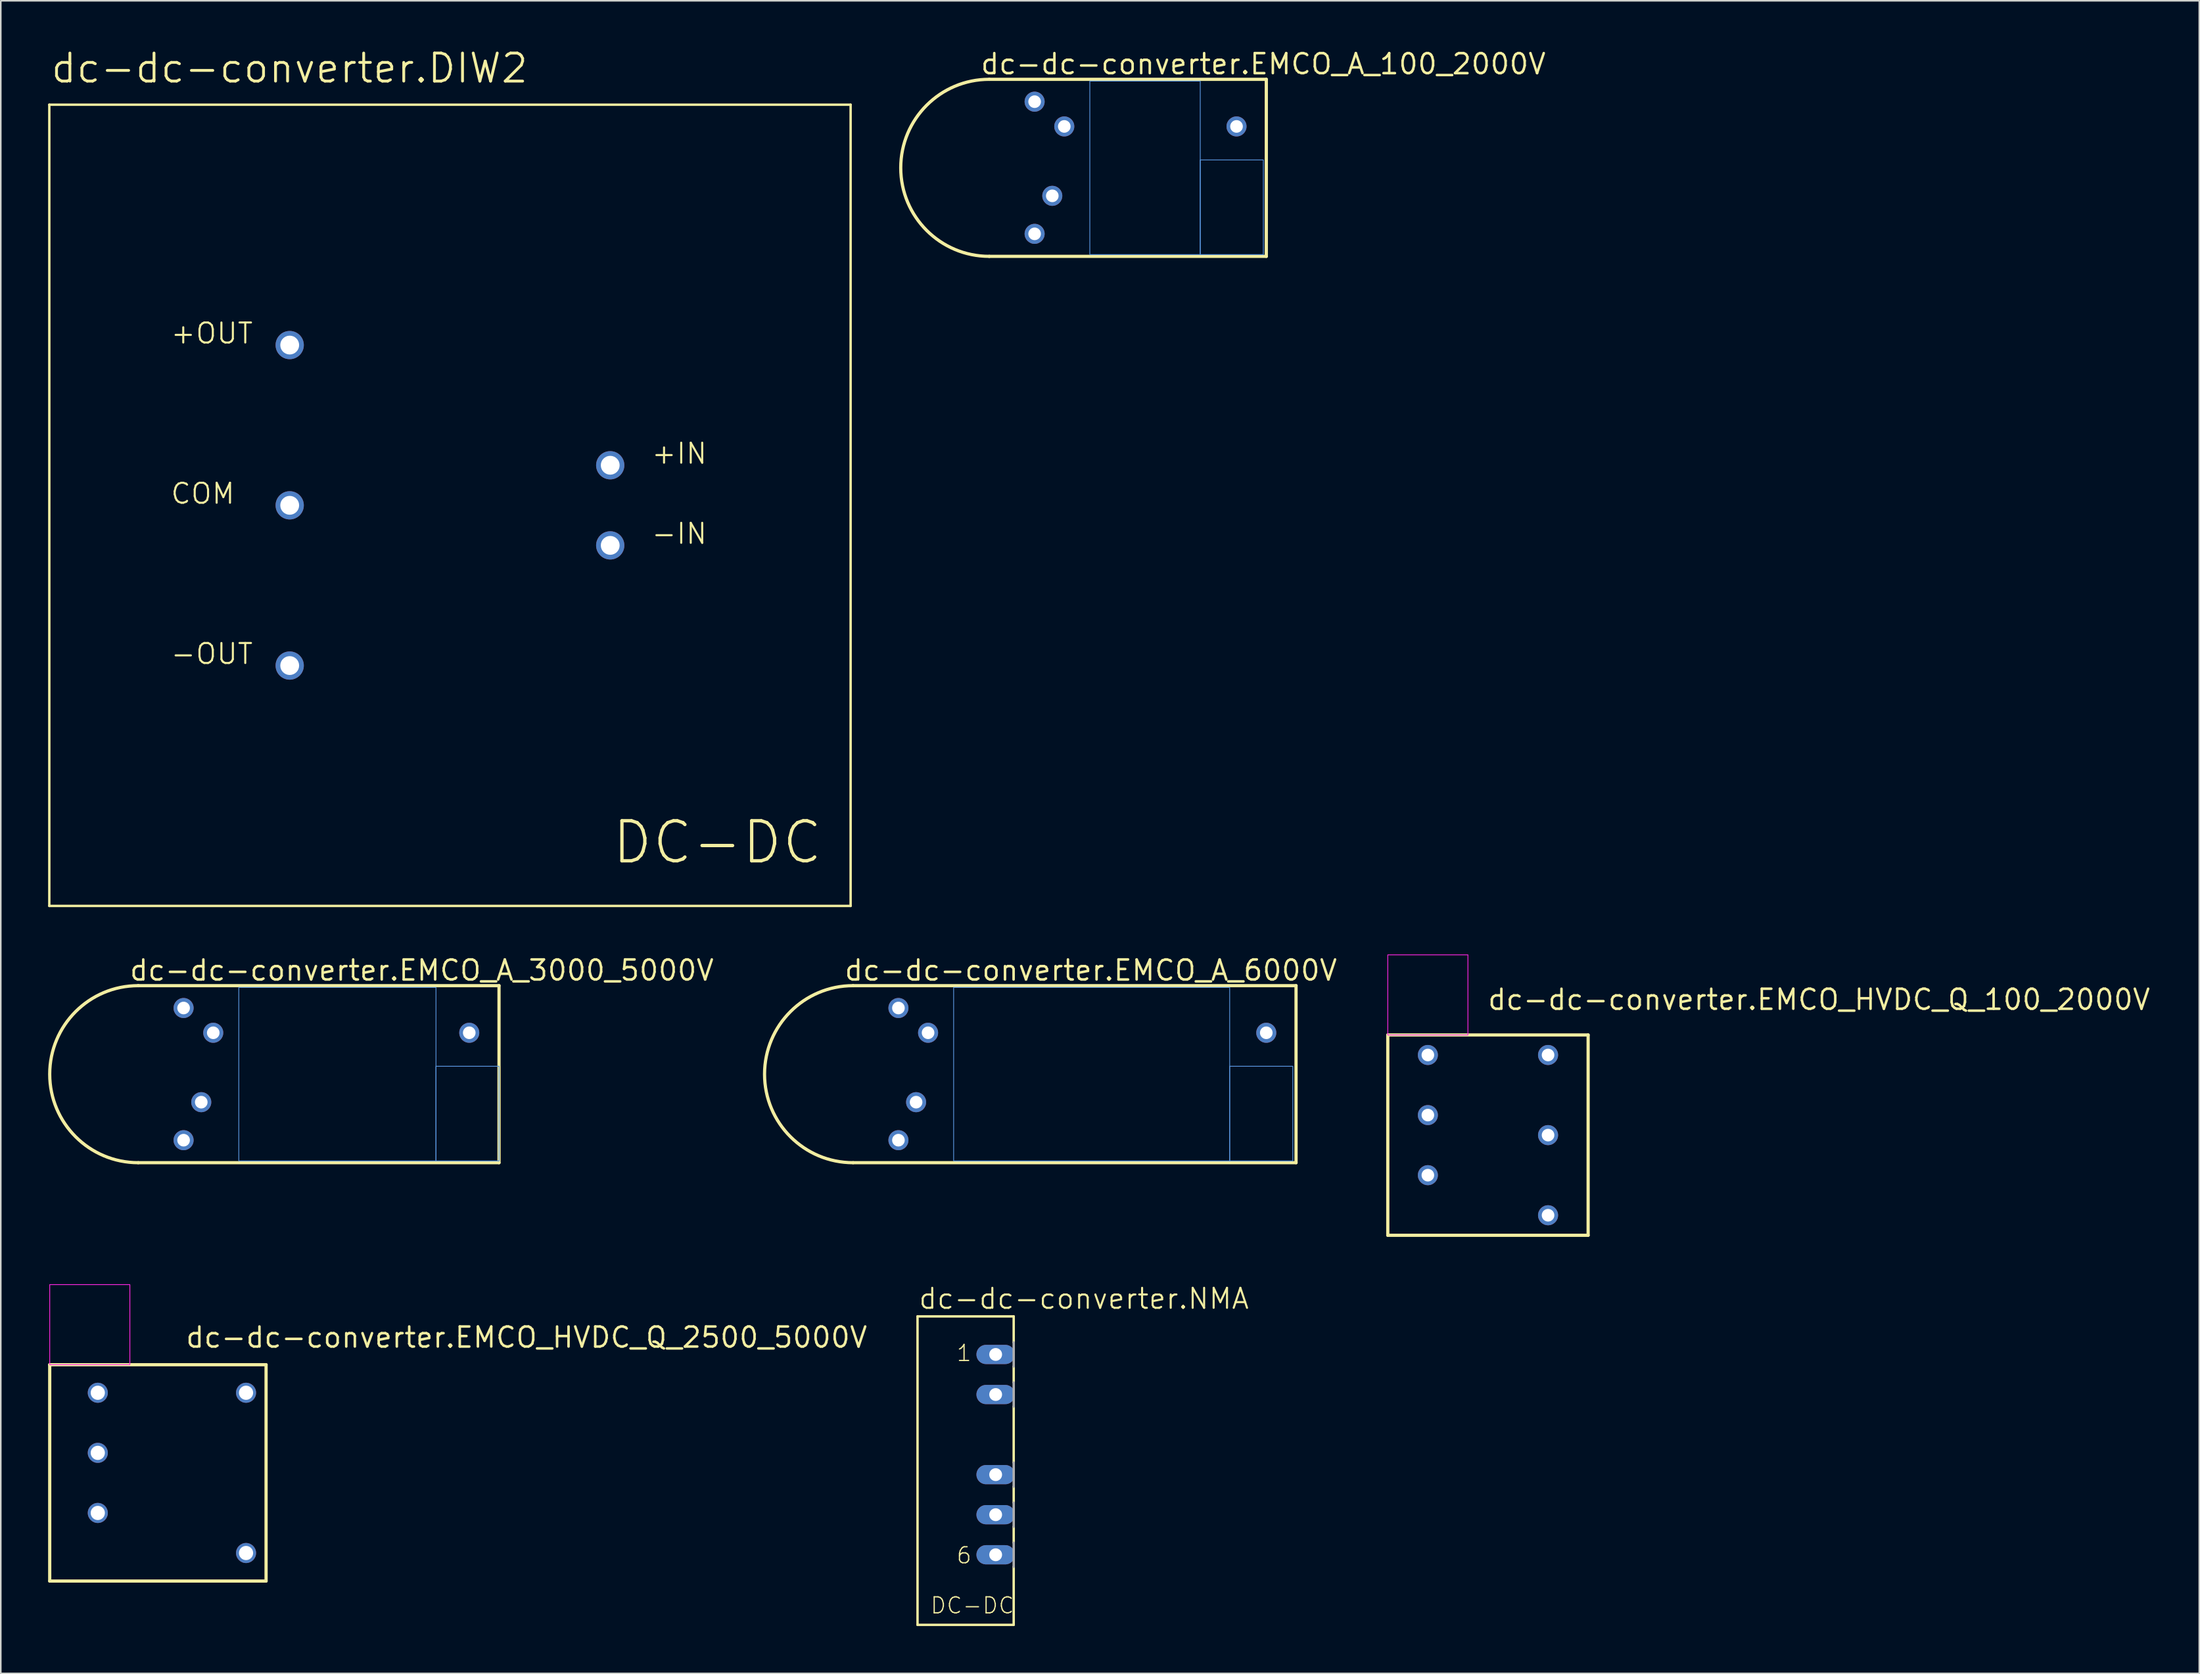
<source format=kicad_pcb>
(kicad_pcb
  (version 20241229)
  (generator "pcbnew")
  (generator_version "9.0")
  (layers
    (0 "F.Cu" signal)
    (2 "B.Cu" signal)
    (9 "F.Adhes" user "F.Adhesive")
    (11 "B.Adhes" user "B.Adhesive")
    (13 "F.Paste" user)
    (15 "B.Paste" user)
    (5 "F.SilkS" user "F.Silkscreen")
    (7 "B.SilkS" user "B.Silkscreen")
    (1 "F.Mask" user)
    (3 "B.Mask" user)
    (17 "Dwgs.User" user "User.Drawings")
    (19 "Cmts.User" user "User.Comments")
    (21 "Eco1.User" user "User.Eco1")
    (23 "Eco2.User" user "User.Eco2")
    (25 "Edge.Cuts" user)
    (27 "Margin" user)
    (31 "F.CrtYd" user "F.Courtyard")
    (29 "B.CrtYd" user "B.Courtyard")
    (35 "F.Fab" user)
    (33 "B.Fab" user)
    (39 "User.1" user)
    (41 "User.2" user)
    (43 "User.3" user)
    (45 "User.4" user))
  (footprint "dc-dc-converter.EMCO_A_6000V"
    (layer "F.Cu")
    (at 53.907 65.055)
    (property "Reference" "dc-dc-converter.EMCO_A_6000V" (at -3.509 -5.841 0) (layer "F.SilkS") (effects (font (size 1.27 1.27) (thickness 0.16)) (justify left bottom)))
    (attr through_hole)
    (fp_line (start -2.875 5.612) (end 25.207 5.612) (stroke (width 0.203) (type default)) (layer "F.SilkS"))
    (fp_line (start 25.207 -5.612) (end -2.875 -5.612) (stroke (width 0.203) (type default)) (layer "F.SilkS"))
    (fp_line (start 25.207 5.612) (end 25.207 -5.612) (stroke (width 0.203) (type default)) (layer "F.SilkS"))
    (fp_arc (start -2.875 5.6125) (mid -8.4875 0) (end -2.875 -5.6125) (stroke (width 0.2032) (type default)) (layer "F.SilkS"))
    (fp_rect (start 3.5 5.5) (end 21 -5.5) (stroke (width 0.05) (type default)) (fill no) (layer "Cmts.User"))
    (fp_rect (start 21 5.5) (end 25 -0.5) (stroke (width 0.05) (type default)) (fill no) (layer "Cmts.User"))
    (pad "1" thru_hole circle (at 0 -4.195 180) (size 1.27 1.27) (drill 0.8) (layers "*.Cu" "*.Mask"))
    (pad "2" thru_hole circle (at 1.12 1.775 180) (size 1.27 1.27) (drill 0.8) (layers "*.Cu" "*.Mask"))
    (pad "3" thru_hole circle (at 23.32 -2.625 180) (size 1.27 1.27) (drill 0.8) (layers "*.Cu" "*.Mask"))
    (pad "4" thru_hole circle (at 1.88 -2.625 180) (size 1.27 1.27) (drill 0.8) (layers "*.Cu" "*.Mask"))
    (pad "5" thru_hole circle (at 0 4.185 180) (size 1.27 1.27) (drill 0.8) (layers "*.Cu" "*.Mask")))
  (footprint "dc-dc-converter.DIW2"
    (layer "F.Cu")
    (at 25.476 28.988)
    (property "Reference" "dc-dc-converter.DIW2" (at -25.4 -26.67 0) (layer "F.SilkS") (effects (font (size 1.778 1.778) (thickness 0.18)) (justify left bottom)))
    (attr through_hole)
    (fp_line (start -25.4 25.4) (end -25.4 -25.4) (stroke (width 0.152) (type default)) (layer "F.SilkS"))
    (fp_line (start -25.4 25.4) (end 25.4 25.4) (stroke (width 0.152) (type default)) (layer "F.SilkS"))
    (fp_line (start 25.4 -25.4) (end -25.4 -25.4) (stroke (width 0.152) (type default)) (layer "F.SilkS"))
    (fp_line (start 25.4 -25.4) (end 25.4 25.4) (stroke (width 0.152) (type default)) (layer "F.SilkS"))
    (fp_text user "+OUT" (at -17.78 -10.16 0) (layer "F.SilkS") (effects (font (size 1.27 1.27) (thickness 0.13)) (justify left bottom)))
    (fp_text user "+IN" (at 12.7 -2.54 0) (layer "F.SilkS") (effects (font (size 1.27 1.27) (thickness 0.13)) (justify left bottom)))
    (fp_text user "COM" (at -17.78 0 0) (layer "F.SilkS") (effects (font (size 1.27 1.27) (thickness 0.13)) (justify left bottom)))
    (fp_text user "-IN" (at 12.7 2.54 0) (layer "F.SilkS") (effects (font (size 1.27 1.27) (thickness 0.13)) (justify left bottom)))
    (fp_text user "DC-DC" (at 10.16 22.86 0) (layer "F.SilkS") (effects (font (size 2.54 2.54) (thickness 0.21)) (justify left bottom)))
    (fp_text user "-OUT" (at -17.78 10.16 0) (layer "F.SilkS") (effects (font (size 1.27 1.27) (thickness 0.13)) (justify left bottom)))
    (pad "1" thru_hole circle (at 10.16 -2.54) (size 1.791 1.791) (drill 1.194) (layers "*.Cu" "*.Mask"))
    (pad "2" thru_hole circle (at 10.16 2.54) (size 1.791 1.791) (drill 1.194) (layers "*.Cu" "*.Mask"))
    (pad "4" thru_hole circle (at -10.16 10.16) (size 1.791 1.791) (drill 1.194) (layers "*.Cu" "*.Mask"))
    (pad "5" thru_hole circle (at -10.16 0) (size 1.791 1.791) (drill 1.194) (layers "*.Cu" "*.Mask"))
    (pad "6" thru_hole circle (at -10.16 -10.16) (size 1.791 1.791) (drill 1.194) (layers "*.Cu" "*.Mask")))
  (footprint "dc-dc-converter.EMCO_HVDC_Q_100_2000V"
    (layer "F.Cu")
    (at 91.281 68.919)
    (property "Reference" "dc-dc-converter.EMCO_HVDC_Q_100_2000V" (at -0.102 -7.849 0) (layer "F.SilkS") (effects (font (size 1.27 1.27) (thickness 0.16)) (justify left bottom)))
    (attr through_hole)
    (fp_line (start -6.35 -6.35) (end 6.35 -6.35) (stroke (width 0.203) (type default)) (layer "F.SilkS"))
    (fp_line (start -6.35 6.35) (end -6.35 -6.35) (stroke (width 0.203) (type default)) (layer "F.SilkS"))
    (fp_line (start 6.35 -6.35) (end 6.35 6.35) (stroke (width 0.203) (type default)) (layer "F.SilkS"))
    (fp_line (start 6.35 6.35) (end -6.35 6.35) (stroke (width 0.203) (type default)) (layer "F.SilkS"))
    (fp_rect (start -6.35 -6.35) (end -1.27 -11.43) (stroke (width 0.05) (type default)) (fill no) (layer "F.CrtYd"))
    (pad "1" thru_hole circle (at -3.81 -5.08) (size 1.27 1.27) (drill 0.8) (layers "*.Cu" "*.Mask"))
    (pad "2" thru_hole circle (at -3.81 -1.27) (size 1.27 1.27) (drill 0.8) (layers "*.Cu" "*.Mask"))
    (pad "3" thru_hole circle (at 3.81 -5.08) (size 1.27 1.27) (drill 0.8) (layers "*.Cu" "*.Mask"))
    (pad "4" thru_hole circle (at 3.81 5.08) (size 1.27 1.27) (drill 0.8) (layers "*.Cu" "*.Mask"))
    (pad "5" thru_hole circle (at 3.81 0) (size 1.27 1.27) (drill 0.8) (layers "*.Cu" "*.Mask"))
    (pad "6" thru_hole circle (at -3.81 2.54) (size 1.27 1.27) (drill 0.8) (layers "*.Cu" "*.Mask")))
  (footprint "dc-dc-converter.EMCO_A_3000_5000V"
    (layer "F.Cu")
    (at 8.589 65.055)
    (property "Reference" "dc-dc-converter.EMCO_A_3000_5000V" (at -3.509 -5.841 0) (layer "F.SilkS") (effects (font (size 1.27 1.27) (thickness 0.16)) (justify left bottom)))
    (attr through_hole)
    (fp_line (start -2.875 5.612) (end 19.997 5.612) (stroke (width 0.203) (type default)) (layer "F.SilkS"))
    (fp_line (start 19.997 -5.612) (end -2.875 -5.612) (stroke (width 0.203) (type default)) (layer "F.SilkS"))
    (fp_line (start 19.997 5.612) (end 19.997 -5.612) (stroke (width 0.203) (type default)) (layer "F.SilkS"))
    (fp_arc (start -2.875 5.6125) (mid -8.4875 0) (end -2.875 -5.6125) (stroke (width 0.2032) (type default)) (layer "F.SilkS"))
    (fp_rect (start 3.5 5.5) (end 16 -5.5) (stroke (width 0.05) (type default)) (fill no) (layer "Cmts.User"))
    (fp_rect (start 16 5.5) (end 20 -0.5) (stroke (width 0.05) (type default)) (fill no) (layer "Cmts.User"))
    (pad "1" thru_hole circle (at 0 -4.195 180) (size 1.27 1.27) (drill 0.8) (layers "*.Cu" "*.Mask"))
    (pad "2" thru_hole circle (at 1.12 1.775 180) (size 1.27 1.27) (drill 0.8) (layers "*.Cu" "*.Mask"))
    (pad "3" thru_hole circle (at 18.11 -2.625 180) (size 1.27 1.27) (drill 0.8) (layers "*.Cu" "*.Mask"))
    (pad "4" thru_hole circle (at 1.88 -2.625 180) (size 1.27 1.27) (drill 0.8) (layers "*.Cu" "*.Mask"))
    (pad "5" thru_hole circle (at 0 4.185 180) (size 1.27 1.27) (drill 0.8) (layers "*.Cu" "*.Mask")))
  (footprint "dc-dc-converter.EMCO_HVDC_Q_2500_5000V"
    (layer "F.Cu")
    (at 8.738 90.334)
    (property "Reference" "dc-dc-converter.EMCO_HVDC_Q_2500_5000V" (at -0.102 -7.849 0) (layer "F.SilkS") (effects (font (size 1.27 1.27) (thickness 0.16)) (justify left bottom)))
    (attr through_hole)
    (fp_line (start -8.636 -6.858) (end 5.08 -6.858) (stroke (width 0.203) (type default)) (layer "F.SilkS"))
    (fp_line (start -8.636 6.858) (end -8.636 -6.858) (stroke (width 0.203) (type default)) (layer "F.SilkS"))
    (fp_line (start 5.08 -6.858) (end 5.08 6.858) (stroke (width 0.203) (type default)) (layer "F.SilkS"))
    (fp_line (start 5.08 6.858) (end -8.636 6.858) (stroke (width 0.203) (type default)) (layer "F.SilkS"))
    (fp_rect (start -8.636 -6.858) (end -3.556 -11.938) (stroke (width 0.05) (type default)) (fill no) (layer "F.CrtYd"))
    (pad "1" thru_hole circle (at -5.588 -5.08) (size 1.27 1.27) (drill 0.9) (layers "*.Cu" "*.Mask"))
    (pad "2" thru_hole circle (at -5.588 -1.27) (size 1.27 1.27) (drill 0.9) (layers "*.Cu" "*.Mask"))
    (pad "3" thru_hole circle (at 3.81 -5.08) (size 1.27 1.27) (drill 0.9) (layers "*.Cu" "*.Mask"))
    (pad "4" thru_hole circle (at 3.81 5.08) (size 1.27 1.27) (drill 0.9) (layers "*.Cu" "*.Mask"))
    (pad "6" thru_hole circle (at -5.588 2.54) (size 1.27 1.27) (drill 0.9) (layers "*.Cu" "*.Mask")))
  (footprint "dc-dc-converter.EMCO_A_100_2000V"
    (layer "F.Cu")
    (at 62.541 7.591)
    (property "Reference" "dc-dc-converter.EMCO_A_100_2000V" (at -3.509 -5.841 0) (layer "F.SilkS") (effects (font (size 1.27 1.27) (thickness 0.16)) (justify left bottom)))
    (attr through_hole)
    (fp_line (start -2.875 5.612) (end 14.688 5.612) (stroke (width 0.203) (type default)) (layer "F.SilkS"))
    (fp_line (start 14.688 -5.612) (end -2.875 -5.612) (stroke (width 0.203) (type default)) (layer "F.SilkS"))
    (fp_line (start 14.688 5.612) (end 14.688 -5.612) (stroke (width 0.203) (type default)) (layer "F.SilkS"))
    (fp_arc (start -2.875 5.6125) (mid -8.4875 0) (end -2.875 -5.6125) (stroke (width 0.2032) (type default)) (layer "F.SilkS"))
    (fp_rect (start 3.5 5.5) (end 10.5 -5.5) (stroke (width 0.05) (type default)) (fill no) (layer "Cmts.User"))
    (fp_rect (start 10.5 5.5) (end 14.5 -0.5) (stroke (width 0.05) (type default)) (fill no) (layer "Cmts.User"))
    (pad "1" thru_hole circle (at 0 -4.195 180) (size 1.27 1.27) (drill 0.8) (layers "*.Cu" "*.Mask"))
    (pad "2" thru_hole circle (at 1.12 1.775 180) (size 1.27 1.27) (drill 0.8) (layers "*.Cu" "*.Mask"))
    (pad "3" thru_hole circle (at 12.8 -2.625 180) (size 1.27 1.27) (drill 0.8) (layers "*.Cu" "*.Mask"))
    (pad "4" thru_hole circle (at 1.88 -2.625 180) (size 1.27 1.27) (drill 0.8) (layers "*.Cu" "*.Mask"))
    (pad "5" thru_hole circle (at 0 4.185 180) (size 1.27 1.27) (drill 0.8) (layers "*.Cu" "*.Mask")))
  (footprint "dc-dc-converter.NMA"
    (layer "F.Cu")
    (at 60.071 89.175)
    (property "Reference" "dc-dc-converter.NMA" (at -4.953 -9.144 0) (layer "F.SilkS") (effects (font (size 1.27 1.27) (thickness 0.13)) (justify left bottom)))
    (attr through_hole)
    (fp_line (start -4.953 -8.763) (end -4.953 10.795) (stroke (width 0.152) (type default)) (layer "F.SilkS"))
    (fp_line (start -4.953 10.795) (end 1.143 10.795) (stroke (width 0.152) (type default)) (layer "F.SilkS"))
    (fp_line (start 1.143 -8.763) (end -4.953 -8.763) (stroke (width 0.152) (type default)) (layer "F.SilkS"))
    (fp_line (start 1.143 -7.112) (end 1.143 -8.763) (stroke (width 0.152) (type default)) (layer "F.SilkS"))
    (fp_line (start 1.143 -4.572) (end 1.143 -5.588) (stroke (width 0.152) (type default)) (layer "F.SilkS"))
    (fp_line (start 1.143 0.508) (end 1.143 -3.048) (stroke (width 0.152) (type default)) (layer "F.SilkS"))
    (fp_line (start 1.143 3.048) (end 1.143 2.032) (stroke (width 0.152) (type default)) (layer "F.SilkS"))
    (fp_line (start 1.143 5.588) (end 1.143 4.572) (stroke (width 0.152) (type default)) (layer "F.SilkS"))
    (fp_line (start 1.143 10.795) (end 1.143 7.112) (stroke (width 0.152) (type default)) (layer "F.SilkS"))
    (fp_line (start 1.143 -5.588) (end 1.143 -7.112) (stroke (width 0.152) (type default)) (layer "F.Fab"))
    (fp_line (start 1.143 -3.048) (end 1.143 -4.572) (stroke (width 0.152) (type default)) (layer "F.Fab"))
    (fp_line (start 1.143 2.032) (end 1.143 0.508) (stroke (width 0.152) (type default)) (layer "F.Fab"))
    (fp_line (start 1.143 4.572) (end 1.143 3.048) (stroke (width 0.152) (type default)) (layer "F.Fab"))
    (fp_line (start 1.143 7.112) (end 1.143 5.588) (stroke (width 0.152) (type default)) (layer "F.Fab"))
    (fp_text user "1" (at -2.54 -5.842 0) (layer "F.SilkS") (effects (font (size 1.016 1.016) (thickness 0.08)) (justify left bottom)))
    (fp_text user "6" (at -2.54 6.985 0) (layer "F.SilkS") (effects (font (size 1.016 1.016) (thickness 0.08)) (justify left bottom)))
    (fp_text user "DC-DC" (at -4.191 10.16 0) (layer "F.SilkS") (effects (font (size 1.016 1.016) (thickness 0.08)) (justify left bottom)))
    (pad "1" thru_hole oval (at 0 -6.35) (size 2.438 1.219) (drill 0.813) (layers "*.Cu" "*.Mask"))
    (pad "2" thru_hole oval (at 0 -3.81) (size 2.438 1.219) (drill 0.813) (layers "*.Cu" "*.Mask"))
    (pad "4" thru_hole oval (at 0 1.27) (size 2.438 1.219) (drill 0.813) (layers "*.Cu" "*.Mask"))
    (pad "5" thru_hole oval (at 0 3.81) (size 2.438 1.219) (drill 0.813) (layers "*.Cu" "*.Mask"))
    (pad "6" thru_hole oval (at 0 6.35) (size 2.438 1.219) (drill 0.813) (layers "*.Cu" "*.Mask")))
  (gr_rect
    (start -3 -3)
    (end 136.376 103.046)
    (stroke (width 0.1) (type default))
    (fill no)
    (layer "Edge.Cuts")))
</source>
